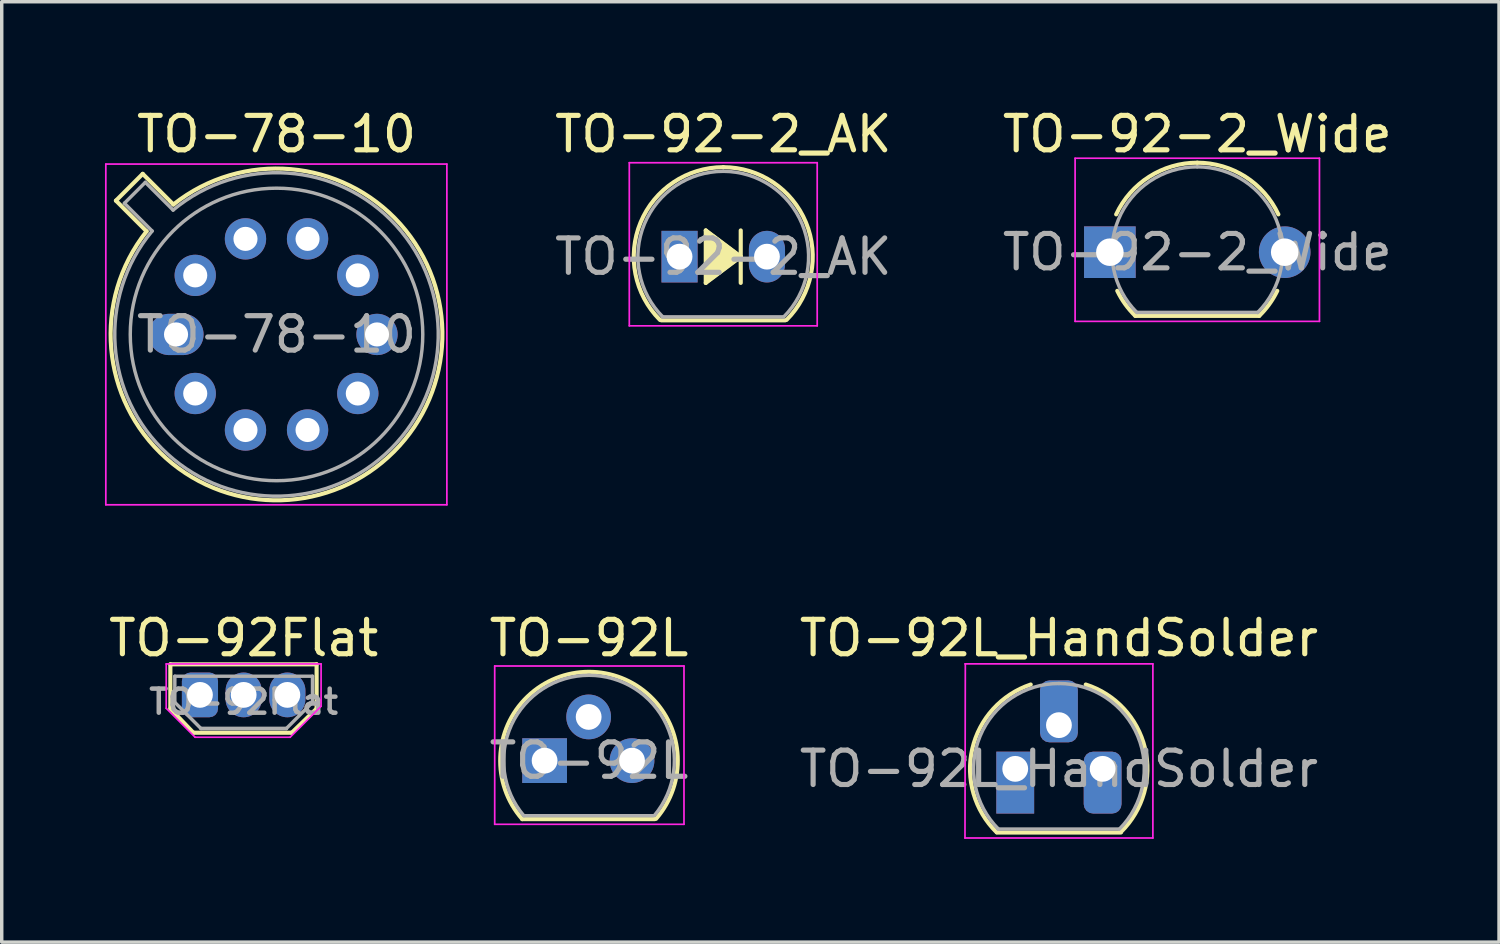
<source format=kicad_pcb>
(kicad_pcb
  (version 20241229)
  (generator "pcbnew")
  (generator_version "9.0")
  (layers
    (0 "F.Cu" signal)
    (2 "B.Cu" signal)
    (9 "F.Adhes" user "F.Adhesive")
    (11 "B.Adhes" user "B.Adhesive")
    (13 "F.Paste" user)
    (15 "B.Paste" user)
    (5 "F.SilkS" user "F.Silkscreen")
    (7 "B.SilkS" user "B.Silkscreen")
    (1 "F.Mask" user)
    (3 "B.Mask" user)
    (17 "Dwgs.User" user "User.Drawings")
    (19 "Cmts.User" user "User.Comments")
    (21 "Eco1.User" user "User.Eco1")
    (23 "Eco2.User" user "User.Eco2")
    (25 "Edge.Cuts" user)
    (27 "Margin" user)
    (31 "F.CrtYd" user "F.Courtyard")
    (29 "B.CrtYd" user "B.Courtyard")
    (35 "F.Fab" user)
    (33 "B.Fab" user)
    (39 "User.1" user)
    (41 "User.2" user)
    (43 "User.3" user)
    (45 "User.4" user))
  (footprint "TO-92L_HandSolder"
    (layer "F.Cu")
    (at 26.45 19.291)
    (property "Reference" "TO-92L_HandSolder" (at 1.27 -3.8 0) (layer "F.SilkS") (effects (font (size 1 1) (thickness 0.15))))
    (attr through_hole)
    (fp_line (start -0.53 1.85) (end 3.07 1.85) (stroke (width 0.12) (type solid)) (layer "F.SilkS"))
    (fp_arc (start -0.541453 1.842156) (mid -1.247298 -0.581475) (end 0.45 -2.45) (stroke (width 0.12) (type solid)) (layer "F.SilkS"))
    (fp_arc (start 2.05 -2.45) (mid 3.769931 -0.601036) (end 3.078445 1.827684) (stroke (width 0.12) (type solid)) (layer "F.SilkS"))
    (fp_line (start -1.46 -3.05) (end 4 -3.05) (stroke (width 0.05) (type solid)) (layer "F.CrtYd"))
    (fp_line (start -1.45 -3.05) (end -1.46 2.01) (stroke (width 0.05) (type solid)) (layer "F.CrtYd"))
    (fp_line (start 4 2.01) (end -1.46 2.01) (stroke (width 0.05) (type solid)) (layer "F.CrtYd"))
    (fp_line (start 4 2.01) (end 4 -3.05) (stroke (width 0.05) (type solid)) (layer "F.CrtYd"))
    (fp_line (start -0.5 1.75) (end 3 1.75) (stroke (width 0.1) (type solid)) (layer "F.Fab"))
    (fp_arc (start -0.483625 1.753625) (mid -1.021221 -0.949055) (end 1.27 -2.48) (stroke (width 0.1) (type solid)) (layer "F.Fab"))
    (fp_arc (start 1.27 -2.48) (mid 3.561221 -0.949055) (end 3.023625 1.753625) (stroke (width 0.1) (type solid)) (layer "F.Fab"))
    (fp_text user "${REFERENCE}" (at 1.27 0 0) (layer "F.Fab") (effects (font (size 1 1) (thickness 0.15))))
    (pad "1" thru_hole rect (at 0 0) (size 1.1 1.8) (drill 0.75 (offset 0 0.4)) (layers "*.Cu" "*.Mask"))
    (pad "2" thru_hole roundrect (at 1.27 -1.27) (size 1.1 1.8) (drill 0.75 (offset 0 -0.4)) (layers "*.Cu" "*.Mask") (roundrect_rratio 0.25))
    (pad "3" thru_hole roundrect (at 2.54 0) (size 1.1 1.8) (drill 0.75 (offset 0 0.4)) (layers "*.Cu" "*.Mask") (roundrect_rratio 0.25)))
  (footprint "TO-92-2_AK"
    (layer "F.Cu")
    (at 16.696 4.408)
    (property "Reference" "TO-92-2_AK" (at 1.27 -3.56 0) (layer "F.SilkS") (effects (font (size 1 1) (thickness 0.15))))
    (fp_line (start -0.53 1.85) (end 3.07 1.85) (stroke (width 0.12) (type solid)) (layer "F.SilkS"))
    (fp_line (start 0.762 -0.762) (end 1.778 0) (stroke (width 0.12) (type solid)) (layer "F.SilkS"))
    (fp_line (start 0.762 0.762) (end 0.762 -0.762) (stroke (width 0.12) (type solid)) (layer "F.SilkS"))
    (fp_line (start 1.778 0) (end 0.762 0.762) (stroke (width 0.12) (type solid)) (layer "F.SilkS"))
    (fp_line (start 1.778 0.762) (end 1.778 -0.762) (stroke (width 0.12) (type solid)) (layer "F.SilkS"))
    (fp_arc (start -0.568478 1.838478) (mid -1.132087 -0.994977) (end 1.27 -2.6) (stroke (width 0.12) (type solid)) (layer "F.SilkS"))
    (fp_arc (start 1.27 -2.6) (mid 3.672087 -0.994977) (end 3.108478 1.838478) (stroke (width 0.12) (type solid)) (layer "F.SilkS"))
    (fp_poly (pts (xy 0.762 -0.762) (xy 1.778 0) (xy 0.762 0.762)) (stroke (width 0.1) (type solid)) (fill yes) (layer "F.SilkS"))
    (fp_line (start -1.46 -2.73) (end -1.46 2.01) (stroke (width 0.05) (type solid)) (layer "F.CrtYd"))
    (fp_line (start -1.46 -2.73) (end 4 -2.73) (stroke (width 0.05) (type solid)) (layer "F.CrtYd"))
    (fp_line (start 4 2.01) (end -1.46 2.01) (stroke (width 0.05) (type solid)) (layer "F.CrtYd"))
    (fp_line (start 4 2.01) (end 4 -2.73) (stroke (width 0.05) (type solid)) (layer "F.CrtYd"))
    (fp_line (start -0.5 1.75) (end 3 1.75) (stroke (width 0.1) (type solid)) (layer "F.Fab"))
    (fp_arc (start -0.483625 1.753625) (mid -1.021221 -0.949055) (end 1.27 -2.48) (stroke (width 0.1) (type solid)) (layer "F.Fab"))
    (fp_arc (start 1.27 -2.48) (mid 3.561221 -0.949055) (end 3.023625 1.753625) (stroke (width 0.1) (type solid)) (layer "F.Fab"))
    (fp_text user "${REFERENCE}" (at 1.27 0 0) (layer "F.Fab") (effects (font (size 1 1) (thickness 0.15))))
    (pad "1" thru_hole rect (at 0 0) (size 1.05 1.5) (drill 0.75) (layers "*.Cu" "*.Mask"))
    (pad "2" thru_hole oval (at 2.54 0) (size 1.05 1.5) (drill 0.75) (layers "*.Cu" "*.Mask")))
  (footprint "TO-92-2_Wide"
    (layer "F.Cu")
    (at 29.2 4.278)
    (property "Reference" "TO-92-2_Wide" (at 2.54 -3.43 0) (layer "F.SilkS") (effects (font (size 1 1) (thickness 0.15))))
    (attr through_hole)
    (fp_line (start 0.74 1.85) (end 4.34 1.85) (stroke (width 0.12) (type solid)) (layer "F.SilkS"))
    (fp_arc (start 0.1836 -1.098807) (mid 1.143021 -2.192817) (end 2.54 -2.6) (stroke (width 0.12) (type solid)) (layer "F.SilkS"))
    (fp_arc (start 0.74 1.85) (mid 0.446097 1.509328) (end 0.215816 1.122795) (stroke (width 0.12) (type solid)) (layer "F.SilkS"))
    (fp_arc (start 2.54 -2.6) (mid 3.936979 -2.192818) (end 4.8964 -1.098807) (stroke (width 0.12) (type solid)) (layer "F.SilkS"))
    (fp_arc (start 4.864184 1.122795) (mid 4.633903 1.509328) (end 4.34 1.85) (stroke (width 0.12) (type solid)) (layer "F.SilkS"))
    (fp_line (start -1.01 -2.73) (end -1.01 2.01) (stroke (width 0.05) (type solid)) (layer "F.CrtYd"))
    (fp_line (start -1.01 -2.73) (end 6.09 -2.73) (stroke (width 0.05) (type solid)) (layer "F.CrtYd"))
    (fp_line (start 6.09 2.01) (end -1.01 2.01) (stroke (width 0.05) (type solid)) (layer "F.CrtYd"))
    (fp_line (start 6.09 2.01) (end 6.09 -2.73) (stroke (width 0.05) (type solid)) (layer "F.CrtYd"))
    (fp_line (start 0.8 1.75) (end 4.3 1.75) (stroke (width 0.1) (type solid)) (layer "F.Fab"))
    (fp_arc (start 0.786375 1.753625) (mid 0.248779 -0.949055) (end 2.54 -2.48) (stroke (width 0.1) (type solid)) (layer "F.Fab"))
    (fp_arc (start 2.54 -2.48) (mid 4.831221 -0.949055) (end 4.293625 1.753625) (stroke (width 0.1) (type solid)) (layer "F.Fab"))
    (fp_text user "${REFERENCE}" (at 2.54 0 0) (layer "F.Fab") (effects (font (size 1 1) (thickness 0.15))))
    (pad "1" thru_hole rect (at 0 0 90) (size 1.5 1.5) (drill 0.8) (layers "*.Cu" "*.Mask"))
    (pad "2" thru_hole circle (at 5.08 0 90) (size 1.5 1.5) (drill 0.8) (layers "*.Cu" "*.Mask")))
  (footprint "TO-92L"
    (layer "F.Cu")
    (at 12.775 19.052)
    (property "Reference" "TO-92L" (at 1.29 -3.56 0) (layer "F.SilkS") (effects (font (size 1 1) (thickness 0.15))))
    (attr through_hole)
    (fp_line (start -0.65 1.7) (end 3.2 1.7) (stroke (width 0.12) (type solid)) (layer "F.SilkS"))
    (fp_arc (start -0.65 1.7) (mid 1.283448 -2.579449) (end 3.238611 1.690122) (stroke (width 0.12) (type solid)) (layer "F.SilkS"))
    (fp_line (start -1.45 -2.75) (end -1.45 1.85) (stroke (width 0.05) (type solid)) (layer "F.CrtYd"))
    (fp_line (start -1.45 -2.75) (end 4.05 -2.75) (stroke (width 0.05) (type solid)) (layer "F.CrtYd"))
    (fp_line (start 4.05 1.85) (end -1.45 1.85) (stroke (width 0.05) (type solid)) (layer "F.CrtYd"))
    (fp_line (start 4.05 1.85) (end 4.05 -2.75) (stroke (width 0.05) (type solid)) (layer "F.CrtYd"))
    (fp_line (start -0.6 1.6) (end 3.15 1.6) (stroke (width 0.1) (type solid)) (layer "F.Fab"))
    (fp_arc (start -0.602818 1.602385) (mid -0.959924 -1.043188) (end 1.29 -2.48) (stroke (width 0.1) (type solid)) (layer "F.Fab"))
    (fp_arc (start 1.29 -2.48) (mid 3.537211 -1.049019) (end 3.191103 1.592547) (stroke (width 0.1) (type solid)) (layer "F.Fab"))
    (fp_text user "${REFERENCE}" (at 1.29 0 0) (layer "F.Fab") (effects (font (size 1 1) (thickness 0.15))))
    (pad "1" thru_hole rect (at 0 0 90) (size 1.3 1.3) (drill 0.75) (layers "*.Cu" "*.Mask"))
    (pad "2" thru_hole circle (at 1.28 -1.27 90) (size 1.3 1.3) (drill 0.75) (layers "*.Cu" "*.Mask"))
    (pad "3" thru_hole circle (at 2.54 0 90) (size 1.3 1.3) (drill 0.75) (layers "*.Cu" "*.Mask")))
  (footprint "TO-92Flat"
    (layer "F.Cu")
    (at 2.76 17.142)
    (property "Reference" "TO-92Flat" (at 1.27 -1.651 0) (layer "F.SilkS") (effects (font (size 1 1) (thickness 0.15))))
    (attr through_hole)
    (fp_line (start -0.86 0.4) (end -0.86 -0.889) (stroke (width 0.12) (type solid)) (layer "F.SilkS"))
    (fp_line (start -0.191 1.1) (end -0.86 0.4) (stroke (width 0.12) (type solid)) (layer "F.SilkS"))
    (fp_line (start -0.191 1.1) (end 2.667 1.1) (stroke (width 0.12) (type solid)) (layer "F.SilkS"))
    (fp_line (start 3.39 -0.889) (end -0.86 -0.889) (stroke (width 0.12) (type solid)) (layer "F.SilkS"))
    (fp_line (start 3.39 -0.889) (end 3.39 0.4) (stroke (width 0.12) (type solid)) (layer "F.SilkS"))
    (fp_line (start 3.39 0.4) (end 2.667 1.1) (stroke (width 0.12) (type solid)) (layer "F.SilkS"))
    (fp_line (start -0.98 -0.9) (end 3.52 -0.9) (stroke (width 0.05) (type solid)) (layer "F.CrtYd"))
    (fp_line (start -0.98 0.39) (end -0.98 -0.9) (stroke (width 0.05) (type solid)) (layer "F.CrtYd"))
    (fp_line (start -0.14 1.23) (end -0.98 0.39) (stroke (width 0.05) (type solid)) (layer "F.CrtYd"))
    (fp_line (start 2.62 1.23) (end -0.14 1.23) (stroke (width 0.05) (type solid)) (layer "F.CrtYd"))
    (fp_line (start 3.52 -0.9) (end 3.52 0.33) (stroke (width 0.05) (type solid)) (layer "F.CrtYd"))
    (fp_line (start 3.52 0.33) (end 2.62 1.23) (stroke (width 0.05) (type solid)) (layer "F.CrtYd"))
    (fp_line (start -0.73 -0.542) (end -0.73 0.217) (stroke (width 0.1) (type solid)) (layer "F.Fab"))
    (fp_line (start 0.03 0.978) (end -0.73 0.217) (stroke (width 0.1) (type solid)) (layer "F.Fab"))
    (fp_line (start 2.51 0.978) (end 0.03 0.978) (stroke (width 0.1) (type solid)) (layer "F.Fab"))
    (fp_line (start 2.51 0.978) (end 0.03 0.978) (stroke (width 0.1) (type solid)) (layer "F.Fab"))
    (fp_line (start 3.27 -0.542) (end -0.73 -0.542) (stroke (width 0.1) (type solid)) (layer "F.Fab"))
    (fp_line (start 3.27 -0.542) (end 3.27 0.217) (stroke (width 0.1) (type solid)) (layer "F.Fab"))
    (fp_line (start 3.27 0.217) (end 2.51 0.978) (stroke (width 0.1) (type solid)) (layer "F.Fab"))
    (fp_text user "${REFERENCE}" (at 1.27 0.2 0) (layer "F.Fab") (effects (font (size 0.7 0.7) (thickness 0.13))))
    (pad "1" thru_hole roundrect (at 0 0) (size 1.05 1.3) (drill 0.75) (layers "*.Cu" "*.Mask") (roundrect_rratio 0.238))
    (pad "2" thru_hole oval (at 1.27 0) (size 1.05 1.3) (drill 0.75) (layers "*.Cu" "*.Mask"))
    (pad "3" thru_hole oval (at 2.54 0) (size 1.05 1.3) (drill 0.75) (layers "*.Cu" "*.Mask")))
  (footprint "TO-78-10"
    (layer "F.Cu")
    (at 2.065 6.668)
    (property "Reference" "TO-78-10" (at 2.92 -5.82 0) (layer "F.SilkS") (effects (font (size 1 1) (thickness 0.15))))
    (attr through_hole)
    (fp_line (start -1.746 -3.888) (end -0.855 -2.997) (stroke (width 0.12) (type solid)) (layer "F.SilkS"))
    (fp_line (start -0.968 -4.666) (end -1.746 -3.888) (stroke (width 0.12) (type solid)) (layer "F.SilkS"))
    (fp_line (start -0.077 -3.775) (end -0.968 -4.666) (stroke (width 0.12) (type solid)) (layer "F.SilkS"))
    (fp_arc (start -0.077084 -3.774902) (mid 6.328125 3.408384) (end -0.854674 -2.997371) (stroke (width 0.12) (type solid)) (layer "F.SilkS"))
    (fp_line (start -2.04 -4.95) (end -2.04 4.95) (stroke (width 0.05) (type solid)) (layer "F.CrtYd"))
    (fp_line (start -2.04 4.95) (end 7.87 4.95) (stroke (width 0.05) (type solid)) (layer "F.CrtYd"))
    (fp_line (start 7.87 -4.95) (end -2.04 -4.95) (stroke (width 0.05) (type solid)) (layer "F.CrtYd"))
    (fp_line (start 7.87 4.95) (end 7.87 -4.95) (stroke (width 0.05) (type solid)) (layer "F.CrtYd"))
    (fp_line (start -1.5 -3.812) (end -0.694 -3.005) (stroke (width 0.1) (type solid)) (layer "F.Fab"))
    (fp_line (start -0.892 -4.42) (end -1.5 -3.812) (stroke (width 0.1) (type solid)) (layer "F.Fab"))
    (fp_line (start -0.085 -3.614) (end -0.892 -4.42) (stroke (width 0.1) (type solid)) (layer "F.Fab"))
    (fp_arc (start -0.085408 -3.61352) (mid 6.243443 3.323361) (end -0.693594 -3.005319) (stroke (width 0.1) (type solid)) (layer "F.Fab"))
    (fp_circle (center 2.92 0) (end 7.17 0) (stroke (width 0.1) (type solid)) (fill no) (layer "F.Fab"))
    (fp_text user "${REFERENCE}" (at 2.92 0 0) (layer "F.Fab") (effects (font (size 1 1) (thickness 0.15))))
    (pad "1" thru_hole oval (at 0 0) (size 1.6 1.2) (drill 0.7) (layers "*.Cu" "*.Mask"))
    (pad "2" thru_hole oval (at 0.558 1.716) (size 1.2 1.2) (drill 0.7) (layers "*.Cu" "*.Mask"))
    (pad "3" thru_hole oval (at 2.018 2.777) (size 1.2 1.2) (drill 0.7) (layers "*.Cu" "*.Mask"))
    (pad "4" thru_hole oval (at 3.822 2.777) (size 1.2 1.2) (drill 0.7) (layers "*.Cu" "*.Mask"))
    (pad "5" thru_hole oval (at 5.282 1.716) (size 1.2 1.2) (drill 0.7) (layers "*.Cu" "*.Mask"))
    (pad "6" thru_hole oval (at 5.84 0) (size 1.2 1.2) (drill 0.7) (layers "*.Cu" "*.Mask"))
    (pad "7" thru_hole oval (at 5.282 -1.716) (size 1.2 1.2) (drill 0.7) (layers "*.Cu" "*.Mask"))
    (pad "8" thru_hole oval (at 3.822 -2.777) (size 1.2 1.2) (drill 0.7) (layers "*.Cu" "*.Mask"))
    (pad "9" thru_hole oval (at 2.018 -2.777) (size 1.2 1.2) (drill 0.7) (layers "*.Cu" "*.Mask"))
    (pad "10" thru_hole oval (at 0.558 -1.716) (size 1.2 1.2) (drill 0.7) (layers "*.Cu" "*.Mask")))
  (gr_rect
    (start -3 -3)
    (end 40.508 24.326)
    (stroke (width 0.1) (type default))
    (fill no)
    (layer "Edge.Cuts")))
</source>
